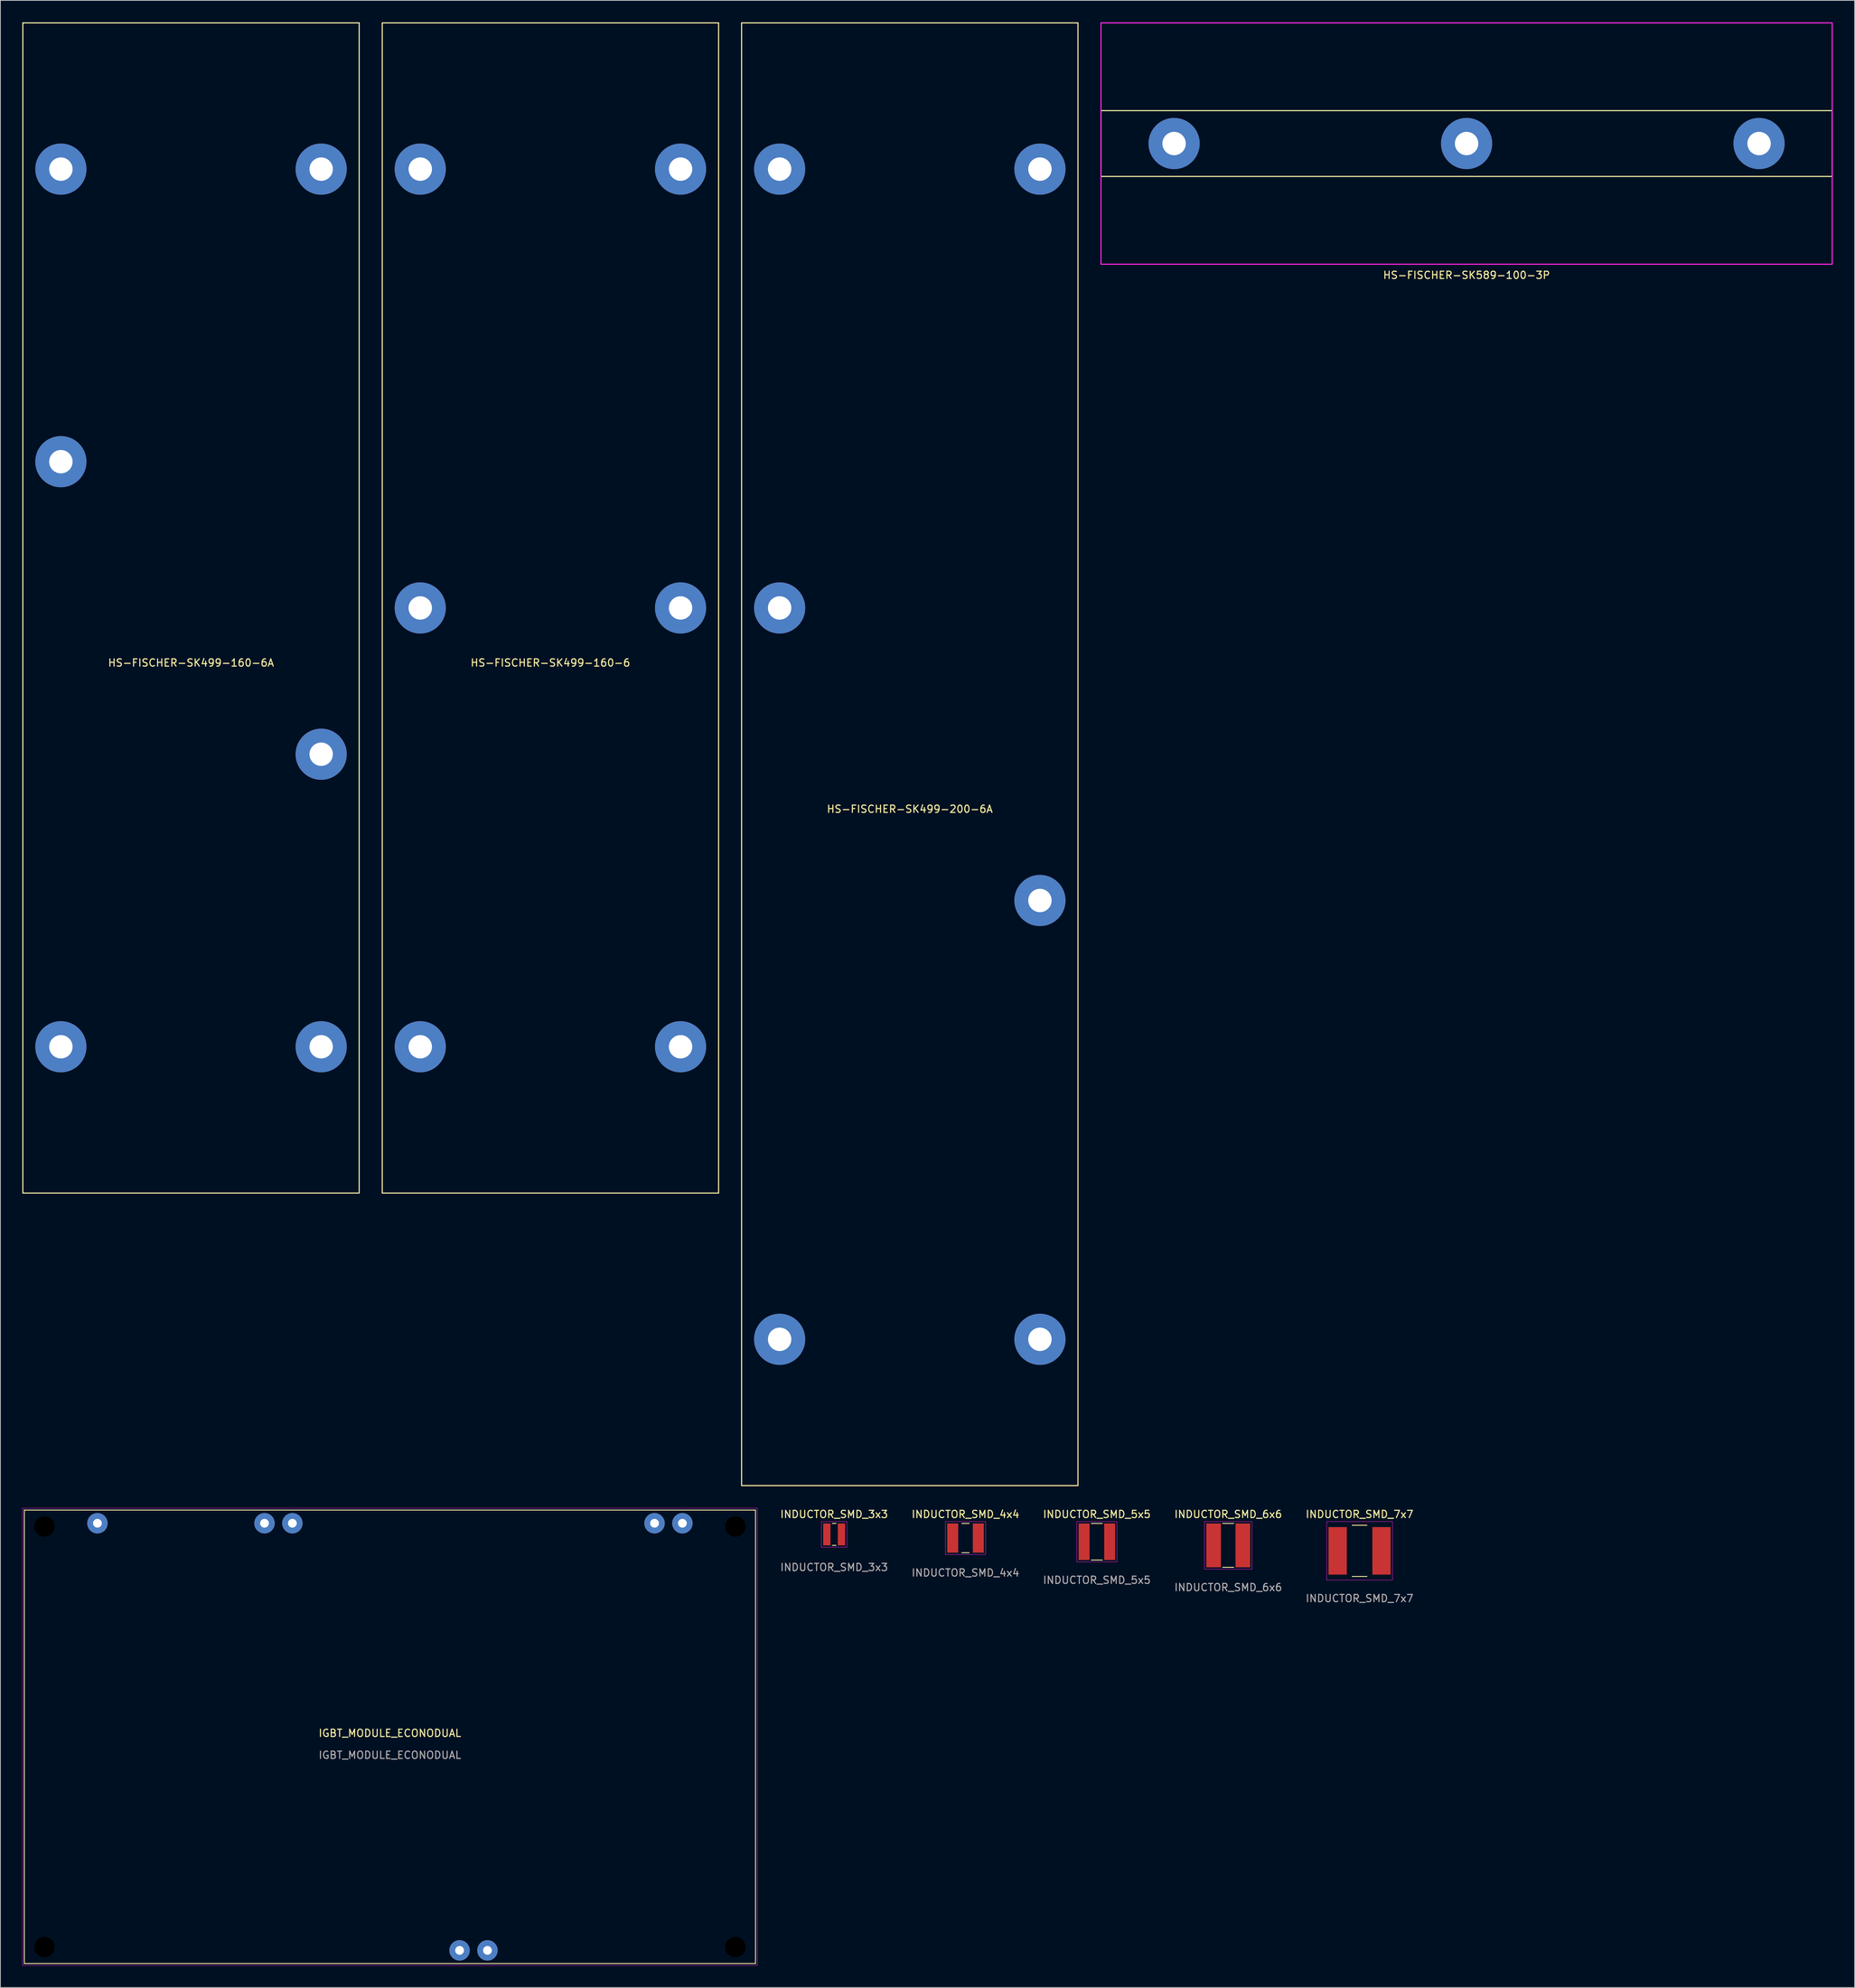
<source format=kicad_pcb>
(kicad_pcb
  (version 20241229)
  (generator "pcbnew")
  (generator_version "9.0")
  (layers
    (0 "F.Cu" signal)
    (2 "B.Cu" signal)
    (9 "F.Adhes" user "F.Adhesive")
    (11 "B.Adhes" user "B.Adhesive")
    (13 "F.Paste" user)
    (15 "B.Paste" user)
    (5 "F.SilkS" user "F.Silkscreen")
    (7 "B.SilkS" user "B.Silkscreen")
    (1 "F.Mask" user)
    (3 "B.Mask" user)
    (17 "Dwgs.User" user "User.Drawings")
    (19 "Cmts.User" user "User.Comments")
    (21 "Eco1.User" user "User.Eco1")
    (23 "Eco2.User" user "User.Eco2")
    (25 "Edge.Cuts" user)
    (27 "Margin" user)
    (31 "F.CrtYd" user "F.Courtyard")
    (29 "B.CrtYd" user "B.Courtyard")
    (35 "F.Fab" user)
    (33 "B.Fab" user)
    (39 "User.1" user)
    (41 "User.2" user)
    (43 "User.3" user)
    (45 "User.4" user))
  (footprint "INDUCTOR_SMD_6x6"
    (layer "F.Cu")
    (at 164.925 208.248)
    (property "Reference" "INDUCTOR_SMD_6x6" (at 0 -4.25 0) (unlocked yes) (layer "F.SilkS") (effects (font (size 1 1) (thickness 0.15))))
    (attr smd)
    (fp_line (start -0.75 -3) (end 0.75 -3) (stroke (width 0.12) (type solid)) (layer "F.SilkS"))
    (fp_line (start -0.75 3) (end 0.75 3) (stroke (width 0.12) (type solid)) (layer "F.SilkS"))
    (fp_rect (start -3.25 -3.25) (end 3.25 3.25) (stroke (width 0.05) (type solid)) (fill no) (layer "F.CrtYd"))
    (fp_text user "${REFERENCE}" (at 0 5.75 0) (unlocked yes) (layer "F.Fab") (effects (font (size 1 1) (thickness 0.15))))
    (pad "1" smd rect (at -2 0) (size 2 6) (layers "F.Cu" "F.Mask" "F.Paste"))
    (pad "2" smd rect (at 2 0) (size 2 6) (layers "F.Cu" "F.Mask" "F.Paste")))
  (footprint "IGBT_MODULE_ECONODUAL"
    (layer "F.Cu")
    (at 50.275 234.425)
    (property "Reference" "IGBT_MODULE_ECONODUAL" (at 0 -0.5 0) (unlocked yes) (layer "F.SilkS") (effects (font (size 1 1) (thickness 0.15))))
    (attr smd)
    (fp_line (start -50 -31) (end 50 -31) (stroke (width 0.12) (type solid)) (layer "F.SilkS"))
    (fp_line (start -50 31) (end -50 -31) (stroke (width 0.12) (type solid)) (layer "F.SilkS"))
    (fp_line (start 50 -31) (end 50 31) (stroke (width 0.12) (type solid)) (layer "F.SilkS"))
    (fp_line (start 50 31) (end -50 31) (stroke (width 0.12) (type solid)) (layer "F.SilkS"))
    (fp_rect (start -50.25 -31.25) (end 50.25 31.25) (stroke (width 0.05) (type default)) (fill no) (layer "F.CrtYd"))
    (fp_text user "${REFERENCE}" (at 0 2.5 0) (unlocked yes) (layer "F.Fab") (effects (font (size 1 1) (thickness 0.15))))
    (pad "" np_thru_hole circle (at -47.25 -28.75) (size 2.8 2.8) (drill 2.8) (layers "*.Mask"))
    (pad "" np_thru_hole circle (at -47.25 28.75) (size 2.8 2.8) (drill 2.8) (layers "*.Mask"))
    (pad "" np_thru_hole circle (at 47.25 -28.75) (size 2.8 2.8) (drill 2.8) (layers "*.Mask"))
    (pad "" np_thru_hole circle (at 47.25 28.75) (size 2.8 2.8) (drill 2.8) (layers "*.Mask"))
    (pad "1" thru_hole circle (at 9.53 29.2) (size 2.8 2.8) (drill 1.2) (layers "*.Cu" "*.Mask"))
    (pad "2" thru_hole circle (at 13.34 29.2) (size 2.8 2.8) (drill 1.2) (layers "*.Cu" "*.Mask"))
    (pad "5" thru_hole circle (at 40 -29.2) (size 2.8 2.8) (drill 1.2) (layers "*.Cu" "*.Mask"))
    (pad "6" thru_hole circle (at 36.19 -29.2) (size 2.8 2.8) (drill 1.2) (layers "*.Cu" "*.Mask"))
    (pad "7" thru_hole circle (at -13.34 -29.2) (size 2.8 2.8) (drill 1.2) (layers "*.Cu" "*.Mask"))
    (pad "8" thru_hole circle (at -17.15 -29.2) (size 2.8 2.8) (drill 1.2) (layers "*.Cu" "*.Mask"))
    (pad "9" thru_hole circle (at -40 -29.2) (size 2.8 2.8) (drill 1.2) (layers "*.Cu" "*.Mask")))
  (footprint "HS-FISCHER-SK499-160-6"
    (layer "F.Cu")
    (at 72.225 80.075)
    (property "Reference" "HS-FISCHER-SK499-160-6" (at 0 7.5 0) (layer "F.SilkS") (effects (font (size 1 1) (thickness 0.15))))
    (attr through_hole)
    (fp_line (start -23 -80) (end 23 -80) (stroke (width 0.15) (type solid)) (layer "F.SilkS"))
    (fp_line (start -23 80) (end -23 -80) (stroke (width 0.15) (type solid)) (layer "F.SilkS"))
    (fp_line (start 23 -80) (end 23 80) (stroke (width 0.15) (type solid)) (layer "F.SilkS"))
    (fp_line (start 23 80) (end -23 80) (stroke (width 0.15) (type solid)) (layer "F.SilkS"))
    (pad "1" thru_hole circle (at -17.8 -60) (size 7 7) (drill 3.2) (layers "*.Cu" "*.Mask"))
    (pad "2" thru_hole circle (at 17.8 -60) (size 7 7) (drill 3.2) (layers "*.Cu" "*.Mask"))
    (pad "3" thru_hole circle (at -17.8 0) (size 7 7) (drill 3.2) (layers "*.Cu" "*.Mask"))
    (pad "4" thru_hole circle (at 17.8 0) (size 7 7) (drill 3.2) (layers "*.Cu" "*.Mask"))
    (pad "5" thru_hole circle (at -17.8 60) (size 7 7) (drill 3.2) (layers "*.Cu" "*.Mask"))
    (pad "6" thru_hole circle (at 17.8 60) (size 7 7) (drill 3.2) (layers "*.Cu" "*.Mask")))
  (footprint "INDUCTOR_SMD_4x4"
    (layer "F.Cu")
    (at 128.996 207.248)
    (property "Reference" "INDUCTOR_SMD_4x4" (at 0 -3.25 0) (unlocked yes) (layer "F.SilkS") (effects (font (size 1 1) (thickness 0.15))))
    (attr smd)
    (fp_line (start -0.5 -2) (end 0.5 -2) (stroke (width 0.12) (type solid)) (layer "F.SilkS"))
    (fp_line (start -0.5 2) (end 0.5 2) (stroke (width 0.12) (type solid)) (layer "F.SilkS"))
    (fp_rect (start -2.75 -2.25) (end 2.75 2.25) (stroke (width 0.05) (type solid)) (fill no) (layer "F.CrtYd"))
    (fp_text user "${REFERENCE}" (at 0 4.75 0) (unlocked yes) (layer "F.Fab") (effects (font (size 1 1) (thickness 0.15))))
    (pad "1" smd rect (at -1.75 0) (size 1.5 4) (layers "F.Cu" "F.Mask" "F.Paste"))
    (pad "2" smd rect (at 1.75 0) (size 1.5 4) (layers "F.Cu" "F.Mask" "F.Paste")))
  (footprint "INDUCTOR_SMD_7x7"
    (layer "F.Cu")
    (at 182.889 208.998)
    (property "Reference" "INDUCTOR_SMD_7x7" (at 0 -5 0) (unlocked yes) (layer "F.SilkS") (effects (font (size 1 1) (thickness 0.15))))
    (attr smd)
    (fp_line (start -1 -3.5) (end 1 -3.5) (stroke (width 0.12) (type solid)) (layer "F.SilkS"))
    (fp_line (start -1 3.5) (end 1 3.5) (stroke (width 0.12) (type solid)) (layer "F.SilkS"))
    (fp_rect (start -4.5 -4) (end 4.5 4) (stroke (width 0.05) (type solid)) (fill no) (layer "F.CrtYd"))
    (fp_text user "${REFERENCE}" (at 0 6.5 0) (unlocked yes) (layer "F.Fab") (effects (font (size 1 1) (thickness 0.15))))
    (pad "1" smd rect (at -3 0) (size 2.5 6.5) (layers "F.Cu" "F.Mask" "F.Paste"))
    (pad "2" smd rect (at 3 0) (size 2.5 6.5) (layers "F.Cu" "F.Mask" "F.Paste")))
  (footprint "HS-FISCHER-SK499-200-6A"
    (layer "F.Cu")
    (at 121.375 100.075)
    (property "Reference" "HS-FISCHER-SK499-200-6A" (at 0 7.5 0) (layer "F.SilkS") (effects (font (size 1 1) (thickness 0.15))))
    (attr through_hole)
    (fp_line (start -23 -100) (end -23 100) (stroke (width 0.15) (type solid)) (layer "F.SilkS"))
    (fp_line (start -23 -100) (end 23 -100) (stroke (width 0.15) (type solid)) (layer "F.SilkS"))
    (fp_line (start -23 100) (end 23 100) (stroke (width 0.15) (type solid)) (layer "F.SilkS"))
    (fp_line (start 23 100) (end 23 -100) (stroke (width 0.15) (type solid)) (layer "F.SilkS"))
    (pad "1" thru_hole circle (at -17.8 -80) (size 7 7) (drill 3.2) (layers "*.Cu" "*.Mask"))
    (pad "2" thru_hole circle (at 17.8 -80) (size 7 7) (drill 3.2) (layers "*.Cu" "*.Mask"))
    (pad "3" thru_hole circle (at -17.8 -20) (size 7 7) (drill 3.2) (layers "*.Cu" "*.Mask"))
    (pad "4" thru_hole circle (at 17.8 20) (size 7 7) (drill 3.2) (layers "*.Cu" "*.Mask"))
    (pad "5" thru_hole circle (at -17.8 80) (size 7 7) (drill 3.2) (layers "*.Cu" "*.Mask"))
    (pad "6" thru_hole circle (at 17.8 80) (size 7 7) (drill 3.2) (layers "*.Cu" "*.Mask")))
  (footprint "INDUCTOR_SMD_5x5"
    (layer "F.Cu")
    (at 146.961 207.748)
    (property "Reference" "INDUCTOR_SMD_5x5" (at 0 -3.75 0) (unlocked yes) (layer "F.SilkS") (effects (font (size 1 1) (thickness 0.15))))
    (attr smd)
    (fp_line (start -0.75 -2.5) (end 0.75 -2.5) (stroke (width 0.12) (type solid)) (layer "F.SilkS"))
    (fp_line (start -0.75 2.5) (end 0.75 2.5) (stroke (width 0.12) (type solid)) (layer "F.SilkS"))
    (fp_rect (start -2.75 -2.75) (end 2.75 2.75) (stroke (width 0.05) (type solid)) (fill no) (layer "F.CrtYd"))
    (fp_text user "${REFERENCE}" (at 0 5.25 0) (unlocked yes) (layer "F.Fab") (effects (font (size 1 1) (thickness 0.15))))
    (pad "1" smd rect (at -1.75 0) (size 1.5 5) (layers "F.Cu" "F.Mask" "F.Paste"))
    (pad "2" smd rect (at 1.75 0) (size 1.5 5) (layers "F.Cu" "F.Mask" "F.Paste")))
  (footprint "HS-FISCHER-SK589-100-3P"
    (layer "F.Cu")
    (at 197.525 16.575)
    (property "Reference" "HS-FISCHER-SK589-100-3P" (at 0 18 0) (layer "F.SilkS") (effects (font (size 1 1) (thickness 0.15))))
    (attr through_hole)
    (fp_line (start -50 -4.5) (end 50 -4.5) (stroke (width 0.15) (type solid)) (layer "F.SilkS"))
    (fp_line (start -50 4.5) (end -50 -4.5) (stroke (width 0.15) (type solid)) (layer "F.SilkS"))
    (fp_line (start 50 -4.5) (end 50 4.5) (stroke (width 0.15) (type solid)) (layer "F.SilkS"))
    (fp_line (start 50 4.5) (end -50 4.5) (stroke (width 0.15) (type solid)) (layer "F.SilkS"))
    (fp_line (start -50 -16.5) (end 50 -16.5) (stroke (width 0.15) (type solid)) (layer "F.CrtYd"))
    (fp_line (start -50 16.5) (end -50 -16.5) (stroke (width 0.15) (type solid)) (layer "F.CrtYd"))
    (fp_line (start 50 -16.5) (end 50 16.5) (stroke (width 0.15) (type solid)) (layer "F.CrtYd"))
    (fp_line (start 50 16.5) (end -50 16.5) (stroke (width 0.15) (type solid)) (layer "F.CrtYd"))
    (pad "1" thru_hole circle (at -40 0) (size 7 7) (drill 3.2) (layers "*.Cu" "*.Mask"))
    (pad "2" thru_hole circle (at 0 0) (size 7 7) (drill 3.2) (layers "*.Cu" "*.Mask"))
    (pad "3" thru_hole circle (at 40 0) (size 7 7) (drill 3.2) (layers "*.Cu" "*.Mask")))
  (footprint "INDUCTOR_SMD_3x3"
    (layer "F.Cu")
    (at 111.032 206.748)
    (property "Reference" "INDUCTOR_SMD_3x3" (at 0 -2.75 0) (unlocked yes) (layer "F.SilkS") (effects (font (size 1 1) (thickness 0.15))))
    (attr smd)
    (fp_line (start -0.25 -1.5) (end 0.25 -1.5) (stroke (width 0.12) (type solid)) (layer "F.SilkS"))
    (fp_line (start -0.25 1.5) (end 0.25 1.5) (stroke (width 0.12) (type solid)) (layer "F.SilkS"))
    (fp_rect (start -1.75 -1.75) (end 1.75 1.75) (stroke (width 0.05) (type solid)) (fill no) (layer "F.CrtYd"))
    (fp_text user "${REFERENCE}" (at 0 4.5 0) (unlocked yes) (layer "F.Fab") (effects (font (size 1 1) (thickness 0.15))))
    (pad "1" smd rect (at -1 0) (size 1 3) (layers "F.Cu" "F.Mask" "F.Paste"))
    (pad "1" smd rect (at 1 0) (size 1 3) (layers "F.Cu" "F.Mask" "F.Paste")))
  (footprint "HS-FISCHER-SK499-160-6A"
    (layer "F.Cu")
    (at 23.075 80.075)
    (property "Reference" "HS-FISCHER-SK499-160-6A" (at 0 7.5 0) (layer "F.SilkS") (effects (font (size 1 1) (thickness 0.15))))
    (attr through_hole)
    (fp_line (start -23 -80) (end 23 -80) (stroke (width 0.15) (type solid)) (layer "F.SilkS"))
    (fp_line (start -23 80) (end -23 -80) (stroke (width 0.15) (type solid)) (layer "F.SilkS"))
    (fp_line (start 23 -80) (end 23 80) (stroke (width 0.15) (type solid)) (layer "F.SilkS"))
    (fp_line (start 23 80) (end -23 80) (stroke (width 0.15) (type solid)) (layer "F.SilkS"))
    (pad "1" thru_hole circle (at -17.8 -60) (size 7 7) (drill 3.2) (layers "*.Cu" "*.Mask"))
    (pad "2" thru_hole circle (at 17.8 -60) (size 7 7) (drill 3.2) (layers "*.Cu" "*.Mask"))
    (pad "3" thru_hole circle (at -17.8 -20) (size 7 7) (drill 3.2) (layers "*.Cu" "*.Mask"))
    (pad "4" thru_hole circle (at 17.8 20) (size 7 7) (drill 3.2) (layers "*.Cu" "*.Mask"))
    (pad "5" thru_hole circle (at -17.8 60) (size 7 7) (drill 3.2) (layers "*.Cu" "*.Mask"))
    (pad "6" thru_hole circle (at 17.8 60) (size 7 7) (drill 3.2) (layers "*.Cu" "*.Mask")))
  (gr_rect
    (start -3 -3)
    (end 250.6 268.7)
    (stroke (width 0.1) (type default))
    (fill no)
    (layer "Edge.Cuts")))
</source>
